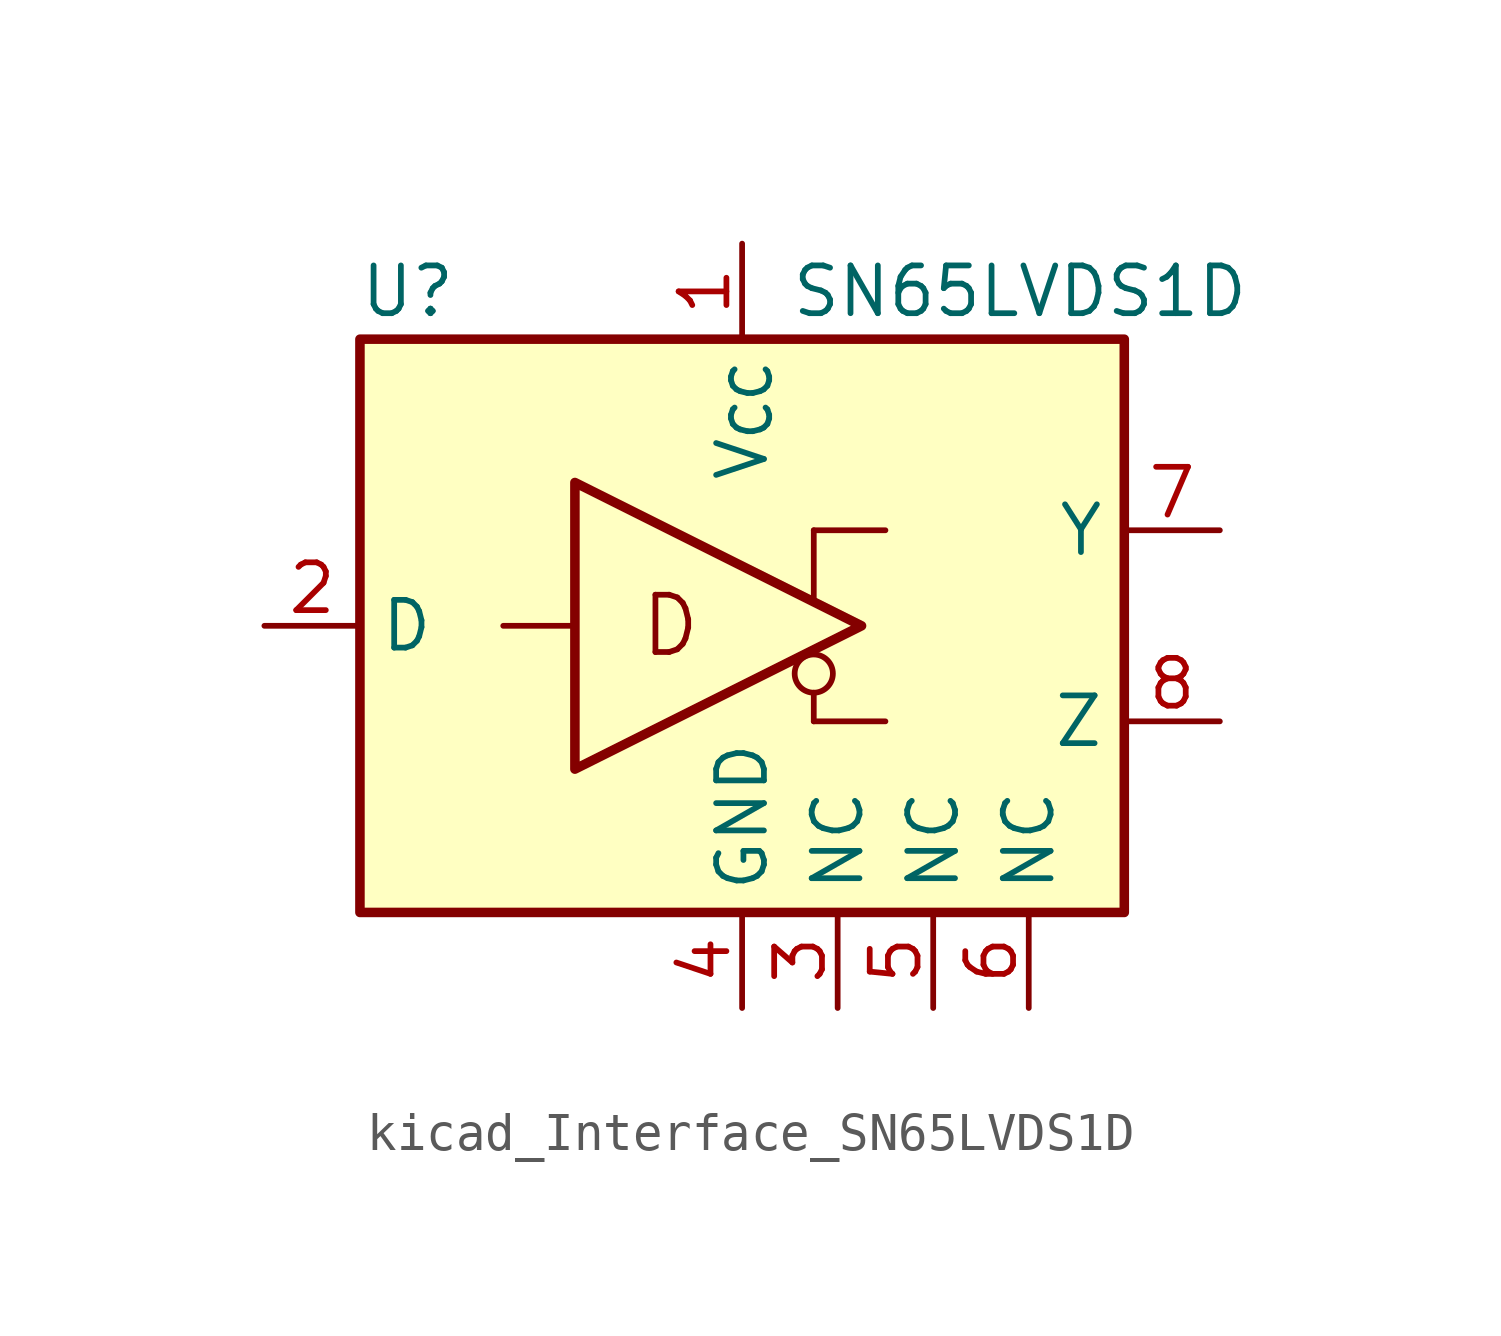
<source format=kicad_sym>
(kicad_symbol_lib
  (version 20220914)
  (generator kicad_symbol_editor)
  (symbol "kicad_Interface_SN65LVDS1D"
    (property "Reference" "U"
      (at -8.89 8.89 0)
      (effects (font (size 1.27 1.27))))
    (property "Value" "SN65LVDS1D"
      (at 1.27 8.89 0)
      (effects (font (size 1.27 1.27)) (justify left)))
    (symbol "kicad_Interface_SN65LVDS1D_1_0"
      (rectangle (start -10.16 7.62) (end 10.16 -7.62) (stroke (width 0.254) (type default) (color 0 0 0 0)) (fill (type background)))
      (polyline (pts (xy 1.905 -1.778) (xy 1.905 -2.54)) (stroke (width 0) (type default) (color 0 0 0 0)) (fill (type none)))
      (polyline (pts (xy 1.905 0.635) (xy 1.905 2.54)) (stroke (width 0) (type default) (color 0 0 0 0)) (fill (type none)))
      (circle (center 1.905 -1.27) (radius 0.508) (stroke (width 0) (type default) (color 0 0 0 0)) (fill (type none)))
      (text "D" (at -1.905 0 0) (effects (font (size 1.524 1.524)))))
    (symbol "kicad_Interface_SN65LVDS1D_1_1"
      (polyline (pts (xy -6.35 0) (xy -4.445 0)) (stroke (width 0) (type default) (color 0 0 0 0)) (fill (type none)))
      (polyline (pts (xy 1.905 -2.54) (xy 3.81 -2.54)) (stroke (width 0) (type default) (color 0 0 0 0)) (fill (type none)))
      (polyline (pts (xy 3.81 2.54) (xy 1.905 2.54)) (stroke (width 0) (type default) (color 0 0 0 0)) (fill (type none)))
      (polyline (pts (xy -4.445 -3.81) (xy -4.445 3.81) (xy 3.175 0) (xy -4.445 -3.81)) (stroke (width 0.254) (type default) (color 0 0 0 0)) (fill (type none)))
      (pin power_in line (at 0 10.16 270) (length 2.54) (name "V_{CC}" (effects (font (size 1.27 1.27)))) (number "1" (effects (font (size 1.27 1.27)))))
      (pin input line (at -12.7 0 0) (length 2.54) (name "D" (effects (font (size 1.27 1.27)))) (number "2" (effects (font (size 1.27 1.27)))))
      (pin passive line (at 2.54 -10.16 90) (length 2.54) (name "NC" (effects (font (size 1.27 1.27)))) (number "3" (effects (font (size 1.27 1.27)))))
      (pin power_in line (at 0 -10.16 90) (length 2.54) (name "GND" (effects (font (size 1.27 1.27)))) (number "4" (effects (font (size 1.27 1.27)))))
      (pin passive line (at 5.08 -10.16 90) (length 2.54) (name "NC" (effects (font (size 1.27 1.27)))) (number "5" (effects (font (size 1.27 1.27)))))
      (pin passive line (at 7.62 -10.16 90) (length 2.54) (name "NC" (effects (font (size 1.27 1.27)))) (number "6" (effects (font (size 1.27 1.27)))))
      (pin output line (at 12.7 2.54 180) (length 2.54) (name "Y" (effects (font (size 1.27 1.27)))) (number "7" (effects (font (size 1.27 1.27)))))
      (pin output line (at 12.7 -2.54 180) (length 2.54) (name "Z" (effects (font (size 1.27 1.27)))) (number "8" (effects (font (size 1.27 1.27))))))))
</source>
